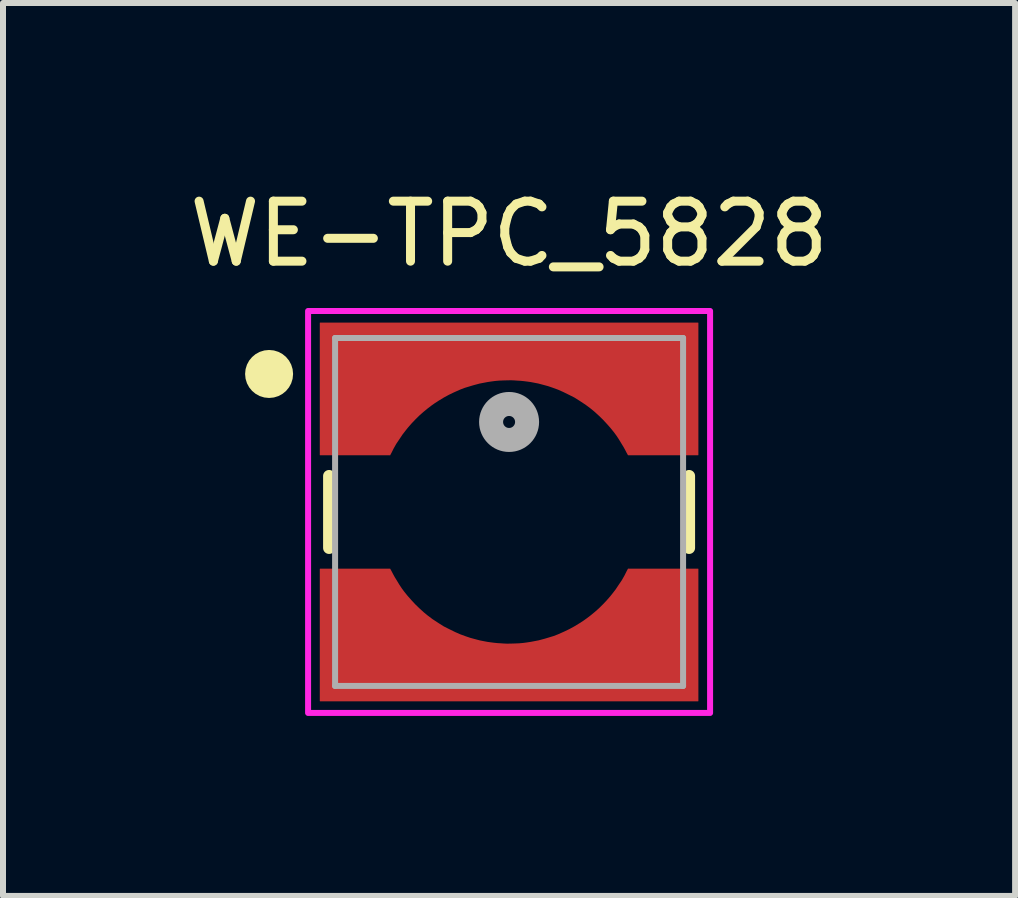
<source format=kicad_pcb>
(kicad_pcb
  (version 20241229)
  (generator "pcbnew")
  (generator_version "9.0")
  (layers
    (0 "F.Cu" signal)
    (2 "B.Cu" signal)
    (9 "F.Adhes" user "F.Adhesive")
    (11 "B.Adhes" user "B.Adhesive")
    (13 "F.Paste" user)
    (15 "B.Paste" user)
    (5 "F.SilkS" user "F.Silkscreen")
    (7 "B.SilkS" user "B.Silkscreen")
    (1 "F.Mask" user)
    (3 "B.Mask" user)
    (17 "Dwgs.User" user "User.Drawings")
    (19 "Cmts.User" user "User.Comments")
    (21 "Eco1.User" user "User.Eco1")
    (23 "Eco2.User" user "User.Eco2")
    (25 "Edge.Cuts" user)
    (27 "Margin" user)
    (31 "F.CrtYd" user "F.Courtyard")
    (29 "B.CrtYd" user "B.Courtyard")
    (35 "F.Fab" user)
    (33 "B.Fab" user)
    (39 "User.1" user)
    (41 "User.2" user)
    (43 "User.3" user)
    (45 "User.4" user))
  (footprint "WE-TPC_5828"
    (layer "F.Cu")
    (at 5.435 5.483)
    (property "Reference" "WE-TPC_5828" (at 0 -4.635 0) (layer "F.SilkS") (effects (font (size 1 1) (thickness 0.15))))
    (attr smd)
    (fp_poly (pts (xy -3.25 3.25) (xy -3.25 0.85) (xy -1.922 0.85) (xy -1.909 0.874) (xy -1.88 0.932) (xy -1.858 0.979) (xy -1.821 1.047) (xy -1.79 1.098) (xy -1.75 1.161) (xy -1.712 1.217) (xy -1.664 1.282) (xy -1.614 1.345) (xy -1.569 1.397) (xy -1.505 1.465) (xy -1.458 1.512) (xy -1.41 1.559) (xy -1.378 1.584) (xy -1.274 1.674) (xy -1.195 1.728) (xy -1.097 1.793) (xy -0.993 1.852) (xy -0.898 1.901) (xy -0.797 1.943) (xy -0.702 1.98) (xy -0.601 2.014) (xy -0.511 2.037) (xy -0.439 2.055) (xy -0.378 2.066) (xy -0.298 2.081) (xy -0.23 2.087) (xy -0.18 2.093) (xy -0.058 2.1) (xy 0.006 2.101) (xy 0.098 2.098) (xy 0.166 2.093) (xy 0.222 2.089) (xy 0.301 2.079) (xy 0.369 2.068) (xy 0.428 2.057) (xy 0.514 2.037) (xy 0.596 2.015) (xy 0.661 1.994) (xy 0.761 1.958) (xy 0.829 1.929) (xy 0.932 1.882) (xy 0.998 1.848) (xy 1.053 1.817) (xy 1.102 1.788) (xy 1.149 1.757) (xy 1.196 1.725) (xy 1.251 1.688) (xy 1.321 1.633) (xy 1.383 1.581) (xy 1.445 1.525) (xy 1.501 1.467) (xy 1.564 1.403) (xy 1.634 1.32) (xy 1.679 1.263) (xy 1.73 1.19) (xy 1.771 1.127) (xy 1.83 1.029) (xy 1.878 0.944) (xy 1.92 0.85) (xy 3.25 0.85) (xy 3.25 3.25)) (stroke (width 0.01) (type solid)) (fill yes) (layer "F.Mask"))
    (fp_poly (pts (xy 3.25 -3.25) (xy 3.25 -0.85) (xy 1.922 -0.85) (xy 1.909 -0.874) (xy 1.88 -0.932) (xy 1.858 -0.979) (xy 1.821 -1.047) (xy 1.79 -1.098) (xy 1.75 -1.161) (xy 1.712 -1.217) (xy 1.664 -1.282) (xy 1.614 -1.345) (xy 1.569 -1.397) (xy 1.505 -1.465) (xy 1.458 -1.512) (xy 1.41 -1.559) (xy 1.378 -1.584) (xy 1.274 -1.674) (xy 1.195 -1.728) (xy 1.097 -1.793) (xy 0.993 -1.852) (xy 0.898 -1.901) (xy 0.797 -1.943) (xy 0.702 -1.98) (xy 0.601 -2.014) (xy 0.511 -2.037) (xy 0.439 -2.055) (xy 0.378 -2.066) (xy 0.298 -2.081) (xy 0.23 -2.087) (xy 0.18 -2.093) (xy 0.058 -2.1) (xy -0.006 -2.101) (xy -0.098 -2.098) (xy -0.166 -2.093) (xy -0.222 -2.089) (xy -0.301 -2.079) (xy -0.369 -2.068) (xy -0.428 -2.057) (xy -0.514 -2.037) (xy -0.596 -2.015) (xy -0.661 -1.994) (xy -0.761 -1.958) (xy -0.829 -1.929) (xy -0.932 -1.882) (xy -0.998 -1.848) (xy -1.053 -1.817) (xy -1.102 -1.788) (xy -1.149 -1.757) (xy -1.196 -1.725) (xy -1.251 -1.688) (xy -1.321 -1.633) (xy -1.383 -1.581) (xy -1.445 -1.525) (xy -1.501 -1.467) (xy -1.564 -1.403) (xy -1.634 -1.32) (xy -1.679 -1.263) (xy -1.73 -1.19) (xy -1.771 -1.127) (xy -1.83 -1.029) (xy -1.878 -0.944) (xy -1.92 -0.85) (xy -3.25 -0.85) (xy -3.25 -3.25)) (stroke (width 0.01) (type solid)) (fill yes) (layer "F.Mask"))
    (fp_line (start -3 -0.6) (end -3 0.6) (stroke (width 0.2) (type solid)) (layer "F.SilkS"))
    (fp_line (start 3 -0.6) (end 3 0.6) (stroke (width 0.2) (type solid)) (layer "F.SilkS"))
    (fp_circle (center -4 -2.3) (end -3.8 -2.3) (stroke (width 0.4) (type solid)) (fill no) (layer "F.SilkS"))
    (fp_poly (pts (xy -3.15 3.151) (xy -3.15 0.95) (xy -1.985 0.95) (xy -1.965 0.986) (xy -1.94 1.034) (xy -1.911 1.087) (xy -1.873 1.149) (xy -1.833 1.215) (xy -1.794 1.274) (xy -1.753 1.33) (xy -1.694 1.403) (xy -1.632 1.473) (xy -1.567 1.543) (xy -1.501 1.607) (xy -1.422 1.679) (xy -1.357 1.732) (xy -1.278 1.791) (xy -1.179 1.856) (xy -1.092 1.911) (xy -1.013 1.951) (xy -0.901 2.006) (xy -0.817 2.043) (xy -0.727 2.076) (xy -0.651 2.102) (xy -0.577 2.122) (xy -0.487 2.146) (xy -0.25 2.185) (xy -0.192 2.191) (xy -0.139 2.194) (xy -0.083 2.198) (xy -0.032 2.2) (xy 0.099 2.197) (xy 0.169 2.194) (xy 0.235 2.188) (xy 0.296 2.18) (xy 0.361 2.17) (xy 0.434 2.156) (xy 0.492 2.145) (xy 0.548 2.13) (xy 0.6 2.116) (xy 0.676 2.093) (xy 0.742 2.073) (xy 0.815 2.045) (xy 0.923 1.997) (xy 1.006 1.957) (xy 1.087 1.913) (xy 1.176 1.859) (xy 1.244 1.815) (xy 1.3 1.775) (xy 1.363 1.727) (xy 1.431 1.671) (xy 1.498 1.612) (xy 1.563 1.548) (xy 1.626 1.482) (xy 1.689 1.41) (xy 1.732 1.356) (xy 1.78 1.294) (xy 1.831 1.217) (xy 1.882 1.142) (xy 1.927 1.063) (xy 1.963 0.991) (xy 1.986 0.948) (xy 1.986 0.95) (xy 3.15 0.95) (xy 3.15 3.151)) (stroke (width 0.01) (type solid)) (fill yes) (layer "F.Paste"))
    (fp_poly (pts (xy 3.15 -3.151) (xy 3.15 -0.95) (xy 1.985 -0.95) (xy 1.965 -0.986) (xy 1.94 -1.034) (xy 1.911 -1.087) (xy 1.873 -1.149) (xy 1.833 -1.215) (xy 1.794 -1.274) (xy 1.753 -1.33) (xy 1.694 -1.403) (xy 1.632 -1.473) (xy 1.567 -1.543) (xy 1.501 -1.607) (xy 1.422 -1.679) (xy 1.357 -1.732) (xy 1.278 -1.791) (xy 1.179 -1.856) (xy 1.092 -1.911) (xy 1.013 -1.951) (xy 0.901 -2.006) (xy 0.817 -2.043) (xy 0.727 -2.076) (xy 0.651 -2.102) (xy 0.577 -2.122) (xy 0.487 -2.146) (xy 0.25 -2.185) (xy 0.192 -2.191) (xy 0.139 -2.194) (xy 0.083 -2.198) (xy 0.032 -2.2) (xy -0.099 -2.197) (xy -0.169 -2.194) (xy -0.235 -2.188) (xy -0.296 -2.18) (xy -0.361 -2.17) (xy -0.434 -2.156) (xy -0.492 -2.145) (xy -0.548 -2.13) (xy -0.6 -2.116) (xy -0.676 -2.093) (xy -0.742 -2.073) (xy -0.815 -2.045) (xy -0.923 -1.997) (xy -1.006 -1.957) (xy -1.087 -1.913) (xy -1.176 -1.859) (xy -1.244 -1.815) (xy -1.3 -1.775) (xy -1.363 -1.727) (xy -1.431 -1.671) (xy -1.498 -1.612) (xy -1.563 -1.548) (xy -1.626 -1.482) (xy -1.689 -1.41) (xy -1.732 -1.356) (xy -1.78 -1.294) (xy -1.831 -1.217) (xy -1.882 -1.142) (xy -1.927 -1.063) (xy -1.963 -0.991) (xy -1.986 -0.948) (xy -1.986 -0.95) (xy -3.15 -0.95) (xy -3.15 -3.151)) (stroke (width 0.01) (type solid)) (fill yes) (layer "F.Paste"))
    (fp_poly (pts (xy 3.35 -3.35) (xy 3.35 3.35) (xy -3.35 3.35) (xy -3.35 -3.35)) (stroke (width 0.1) (type solid)) (fill no) (layer "F.CrtYd"))
    (fp_line (start -2.9 -2.9) (end 2.9 -2.9) (stroke (width 0.1) (type solid)) (layer "F.Fab"))
    (fp_line (start -2.9 2.9) (end -2.9 -2.9) (stroke (width 0.1) (type solid)) (layer "F.Fab"))
    (fp_line (start -2.9 2.9) (end 2.9 2.9) (stroke (width 0.1) (type solid)) (layer "F.Fab"))
    (fp_line (start 2.9 2.9) (end 2.9 -2.9) (stroke (width 0.1) (type solid)) (layer "F.Fab"))
    (fp_circle (center 0 -1.5) (end 0.1 -1.5) (stroke (width 0.4) (type solid)) (fill no) (layer "F.Fab"))
    (pad "1" smd custom (at 0 -2.6) (size 6.3 0.8) (layers "F.Cu") (options (anchor rect)) (primitives (gr_poly (pts (xy 3.15 -0.551) (xy 3.15 1.65) (xy 1.985 1.65) (xy 1.965 1.614) (xy 1.94 1.566) (xy 1.911 1.513) (xy 1.873 1.451) (xy 1.833 1.385) (xy 1.794 1.326) (xy 1.753 1.27) (xy 1.694 1.197) (xy 1.632 1.127) (xy 1.567 1.057) (xy 1.501 0.993) (xy 1.422 0.921) (xy 1.357 0.868) (xy 1.278 0.809) (xy 1.179 0.744) (xy 1.092 0.689) (xy 1.013 0.649) (xy 0.901 0.594) (xy 0.817 0.557) (xy 0.727 0.524) (xy 0.651 0.498) (xy 0.577 0.478) (xy 0.487 0.454) (xy 0.43 0.443) (xy 0.362 0.43) (xy 0.306 0.422) (xy 0.25 0.415) (xy 0.192 0.409) (xy 0.139 0.406) (xy 0.083 0.402) (xy 0.032 0.4) (xy -0.026 0.401) (xy -0.099 0.403) (xy -0.169 0.406) (xy -0.235 0.412) (xy -0.296 0.42) (xy -0.361 0.43) (xy -0.434 0.444) (xy -0.492 0.455) (xy -0.548 0.47) (xy -0.6 0.484) (xy -0.676 0.507) (xy -0.742 0.527) (xy -0.815 0.555) (xy -0.923 0.603) (xy -1.006 0.643) (xy -1.087 0.687) (xy -1.176 0.741) (xy -1.244 0.785) (xy -1.3 0.825) (xy -1.363 0.873) (xy -1.431 0.929) (xy -1.498 0.988) (xy -1.563 1.052) (xy -1.626 1.118) (xy -1.689 1.19) (xy -1.732 1.244) (xy -1.78 1.306) (xy -1.831 1.383) (xy -1.882 1.458) (xy -1.927 1.537) (xy -1.963 1.609) (xy -1.986 1.652) (xy -1.986 1.65) (xy -3.15 1.65) (xy -3.15 -0.551)) (width 0.01) (fill yes))))
    (pad "2" smd custom (at 0 2.6) (size 6.3 0.8) (layers "F.Cu") (options (anchor rect)) (primitives (gr_poly (pts (xy -3.15 0.551) (xy -3.15 -1.65) (xy -1.985 -1.65) (xy -1.965 -1.614) (xy -1.94 -1.566) (xy -1.911 -1.513) (xy -1.873 -1.451) (xy -1.833 -1.385) (xy -1.794 -1.326) (xy -1.753 -1.27) (xy -1.694 -1.197) (xy -1.632 -1.127) (xy -1.567 -1.057) (xy -1.501 -0.993) (xy -1.422 -0.921) (xy -1.357 -0.868) (xy -1.278 -0.809) (xy -1.179 -0.744) (xy -1.092 -0.689) (xy -1.013 -0.649) (xy -0.901 -0.594) (xy -0.817 -0.557) (xy -0.727 -0.524) (xy -0.651 -0.498) (xy -0.577 -0.478) (xy -0.487 -0.454) (xy -0.43 -0.443) (xy -0.362 -0.43) (xy -0.306 -0.422) (xy -0.25 -0.415) (xy -0.192 -0.409) (xy -0.139 -0.406) (xy -0.083 -0.402) (xy -0.032 -0.4) (xy 0.026 -0.401) (xy 0.099 -0.403) (xy 0.169 -0.406) (xy 0.235 -0.412) (xy 0.296 -0.42) (xy 0.361 -0.43) (xy 0.492 -0.455) (xy 0.548 -0.47) (xy 0.6 -0.484) (xy 0.676 -0.507) (xy 0.742 -0.527) (xy 0.815 -0.555) (xy 0.923 -0.603) (xy 1.006 -0.643) (xy 1.087 -0.687) (xy 1.176 -0.741) (xy 1.244 -0.785) (xy 1.3 -0.825) (xy 1.363 -0.873) (xy 1.431 -0.929) (xy 1.498 -0.988) (xy 1.563 -1.052) (xy 1.626 -1.118) (xy 1.689 -1.19) (xy 1.732 -1.244) (xy 1.78 -1.306) (xy 1.831 -1.383) (xy 1.882 -1.458) (xy 1.927 -1.537) (xy 1.963 -1.609) (xy 1.986 -1.652) (xy 1.986 -1.65) (xy 3.15 -1.65) (xy 3.15 0.551)) (width 0.01) (fill yes)))))
  (gr_rect
    (start -3 -3)
    (end 13.869 11.883)
    (stroke (width 0.1) (type default))
    (fill no)
    (layer "Edge.Cuts")))
</source>
